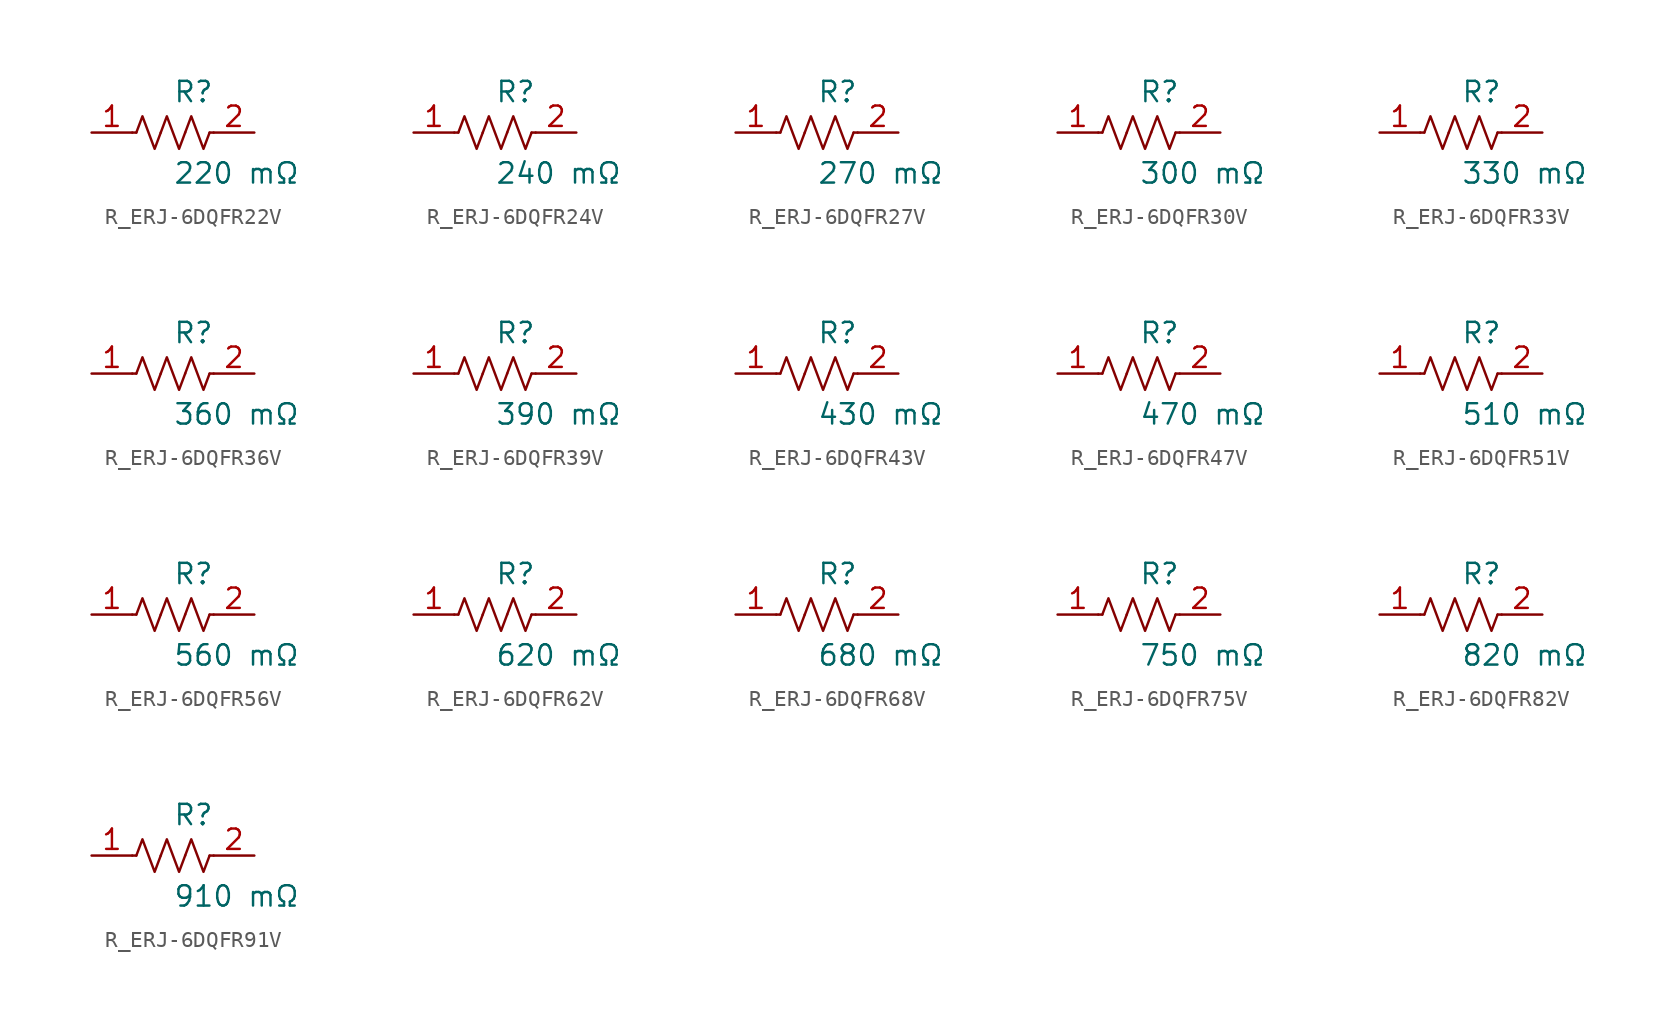
<source format=kicad_sym>
(kicad_symbol_lib
  (version 20231120)
  (generator kicad_symbol_editor)
  (generator_version 8.0)
  (symbol "R_ERJ-6DQFR22V"
    (pin_names
      (offset 0.254))
    (property "Reference" "R"
      (at 0 2.54 0)
      (effects (font (size 1.27 1.27)) (justify left)))
    (property "Value" "220 mΩ"
      (at 0 -2.54 0)
      (effects (font (size 1.27 1.27)) (justify left)))
    (symbol "R_ERJ-6DQFR22V_0_1"
      (polyline (pts (xy 2.286 0) (xy 2.54 0)) (stroke (width 0) (type default)) (fill (type none)))
      (polyline (pts (xy -2.286 0) (xy -2.54 0)) (stroke (width 0) (type default)) (fill (type none)))
      (polyline (pts (xy 0.762 0) (xy 1.143 1.016) (xy 1.524 0) (xy 1.905 -1.016) (xy 2.286 0)) (stroke (width 0) (type default)) (fill (type none)))
      (polyline (pts (xy -0.762 0) (xy -0.381 1.016) (xy 0 0) (xy 0.381 -1.016) (xy 0.762 0)) (stroke (width 0) (type default)) (fill (type none)))
      (polyline (pts (xy -2.286 0) (xy -1.905 1.016) (xy -1.524 0) (xy -1.143 -1.016) (xy -0.762 0)) (stroke (width 0) (type default)) (fill (type none))))
    (pin passive line
      (at -5.08 0 0)
      (length 2.54)
      (name "" (effects (font (size 1.27 1.27))))
      (number "1" (effects (font (size 1.27 1.27)))))
    (pin passive line
      (at 5.08 0 180)
      (length 2.54)
      (name "" (effects (font (size 1.27 1.27))))
      (number "2" (effects (font (size 1.27 1.27))))))
  (symbol "R_ERJ-6DQFR24V"
    (pin_names
      (offset 0.254))
    (property "Reference" "R"
      (at 0 2.54 0)
      (effects (font (size 1.27 1.27)) (justify left)))
    (property "Value" "240 mΩ"
      (at 0 -2.54 0)
      (effects (font (size 1.27 1.27)) (justify left)))
    (symbol "R_ERJ-6DQFR24V_0_1"
      (polyline (pts (xy 2.286 0) (xy 2.54 0)) (stroke (width 0) (type default)) (fill (type none)))
      (polyline (pts (xy -2.286 0) (xy -2.54 0)) (stroke (width 0) (type default)) (fill (type none)))
      (polyline (pts (xy 0.762 0) (xy 1.143 1.016) (xy 1.524 0) (xy 1.905 -1.016) (xy 2.286 0)) (stroke (width 0) (type default)) (fill (type none)))
      (polyline (pts (xy -0.762 0) (xy -0.381 1.016) (xy 0 0) (xy 0.381 -1.016) (xy 0.762 0)) (stroke (width 0) (type default)) (fill (type none)))
      (polyline (pts (xy -2.286 0) (xy -1.905 1.016) (xy -1.524 0) (xy -1.143 -1.016) (xy -0.762 0)) (stroke (width 0) (type default)) (fill (type none))))
    (pin passive line
      (at -5.08 0 0)
      (length 2.54)
      (name "" (effects (font (size 1.27 1.27))))
      (number "1" (effects (font (size 1.27 1.27)))))
    (pin passive line
      (at 5.08 0 180)
      (length 2.54)
      (name "" (effects (font (size 1.27 1.27))))
      (number "2" (effects (font (size 1.27 1.27))))))
  (symbol "R_ERJ-6DQFR27V"
    (pin_names
      (offset 0.254))
    (property "Reference" "R"
      (at 0 2.54 0)
      (effects (font (size 1.27 1.27)) (justify left)))
    (property "Value" "270 mΩ"
      (at 0 -2.54 0)
      (effects (font (size 1.27 1.27)) (justify left)))
    (symbol "R_ERJ-6DQFR27V_0_1"
      (polyline (pts (xy 2.286 0) (xy 2.54 0)) (stroke (width 0) (type default)) (fill (type none)))
      (polyline (pts (xy -2.286 0) (xy -2.54 0)) (stroke (width 0) (type default)) (fill (type none)))
      (polyline (pts (xy 0.762 0) (xy 1.143 1.016) (xy 1.524 0) (xy 1.905 -1.016) (xy 2.286 0)) (stroke (width 0) (type default)) (fill (type none)))
      (polyline (pts (xy -0.762 0) (xy -0.381 1.016) (xy 0 0) (xy 0.381 -1.016) (xy 0.762 0)) (stroke (width 0) (type default)) (fill (type none)))
      (polyline (pts (xy -2.286 0) (xy -1.905 1.016) (xy -1.524 0) (xy -1.143 -1.016) (xy -0.762 0)) (stroke (width 0) (type default)) (fill (type none))))
    (pin passive line
      (at -5.08 0 0)
      (length 2.54)
      (name "" (effects (font (size 1.27 1.27))))
      (number "1" (effects (font (size 1.27 1.27)))))
    (pin passive line
      (at 5.08 0 180)
      (length 2.54)
      (name "" (effects (font (size 1.27 1.27))))
      (number "2" (effects (font (size 1.27 1.27))))))
  (symbol "R_ERJ-6DQFR30V"
    (pin_names
      (offset 0.254))
    (property "Reference" "R"
      (at 0 2.54 0)
      (effects (font (size 1.27 1.27)) (justify left)))
    (property "Value" "300 mΩ"
      (at 0 -2.54 0)
      (effects (font (size 1.27 1.27)) (justify left)))
    (symbol "R_ERJ-6DQFR30V_0_1"
      (polyline (pts (xy 2.286 0) (xy 2.54 0)) (stroke (width 0) (type default)) (fill (type none)))
      (polyline (pts (xy -2.286 0) (xy -2.54 0)) (stroke (width 0) (type default)) (fill (type none)))
      (polyline (pts (xy 0.762 0) (xy 1.143 1.016) (xy 1.524 0) (xy 1.905 -1.016) (xy 2.286 0)) (stroke (width 0) (type default)) (fill (type none)))
      (polyline (pts (xy -0.762 0) (xy -0.381 1.016) (xy 0 0) (xy 0.381 -1.016) (xy 0.762 0)) (stroke (width 0) (type default)) (fill (type none)))
      (polyline (pts (xy -2.286 0) (xy -1.905 1.016) (xy -1.524 0) (xy -1.143 -1.016) (xy -0.762 0)) (stroke (width 0) (type default)) (fill (type none))))
    (pin passive line
      (at -5.08 0 0)
      (length 2.54)
      (name "" (effects (font (size 1.27 1.27))))
      (number "1" (effects (font (size 1.27 1.27)))))
    (pin passive line
      (at 5.08 0 180)
      (length 2.54)
      (name "" (effects (font (size 1.27 1.27))))
      (number "2" (effects (font (size 1.27 1.27))))))
  (symbol "R_ERJ-6DQFR33V"
    (pin_names
      (offset 0.254))
    (property "Reference" "R"
      (at 0 2.54 0)
      (effects (font (size 1.27 1.27)) (justify left)))
    (property "Value" "330 mΩ"
      (at 0 -2.54 0)
      (effects (font (size 1.27 1.27)) (justify left)))
    (symbol "R_ERJ-6DQFR33V_0_1"
      (polyline (pts (xy 2.286 0) (xy 2.54 0)) (stroke (width 0) (type default)) (fill (type none)))
      (polyline (pts (xy -2.286 0) (xy -2.54 0)) (stroke (width 0) (type default)) (fill (type none)))
      (polyline (pts (xy 0.762 0) (xy 1.143 1.016) (xy 1.524 0) (xy 1.905 -1.016) (xy 2.286 0)) (stroke (width 0) (type default)) (fill (type none)))
      (polyline (pts (xy -0.762 0) (xy -0.381 1.016) (xy 0 0) (xy 0.381 -1.016) (xy 0.762 0)) (stroke (width 0) (type default)) (fill (type none)))
      (polyline (pts (xy -2.286 0) (xy -1.905 1.016) (xy -1.524 0) (xy -1.143 -1.016) (xy -0.762 0)) (stroke (width 0) (type default)) (fill (type none))))
    (pin passive line
      (at -5.08 0 0)
      (length 2.54)
      (name "" (effects (font (size 1.27 1.27))))
      (number "1" (effects (font (size 1.27 1.27)))))
    (pin passive line
      (at 5.08 0 180)
      (length 2.54)
      (name "" (effects (font (size 1.27 1.27))))
      (number "2" (effects (font (size 1.27 1.27))))))
  (symbol "R_ERJ-6DQFR36V"
    (pin_names
      (offset 0.254))
    (property "Reference" "R"
      (at 0 2.54 0)
      (effects (font (size 1.27 1.27)) (justify left)))
    (property "Value" "360 mΩ"
      (at 0 -2.54 0)
      (effects (font (size 1.27 1.27)) (justify left)))
    (symbol "R_ERJ-6DQFR36V_0_1"
      (polyline (pts (xy 2.286 0) (xy 2.54 0)) (stroke (width 0) (type default)) (fill (type none)))
      (polyline (pts (xy -2.286 0) (xy -2.54 0)) (stroke (width 0) (type default)) (fill (type none)))
      (polyline (pts (xy 0.762 0) (xy 1.143 1.016) (xy 1.524 0) (xy 1.905 -1.016) (xy 2.286 0)) (stroke (width 0) (type default)) (fill (type none)))
      (polyline (pts (xy -0.762 0) (xy -0.381 1.016) (xy 0 0) (xy 0.381 -1.016) (xy 0.762 0)) (stroke (width 0) (type default)) (fill (type none)))
      (polyline (pts (xy -2.286 0) (xy -1.905 1.016) (xy -1.524 0) (xy -1.143 -1.016) (xy -0.762 0)) (stroke (width 0) (type default)) (fill (type none))))
    (pin passive line
      (at -5.08 0 0)
      (length 2.54)
      (name "" (effects (font (size 1.27 1.27))))
      (number "1" (effects (font (size 1.27 1.27)))))
    (pin passive line
      (at 5.08 0 180)
      (length 2.54)
      (name "" (effects (font (size 1.27 1.27))))
      (number "2" (effects (font (size 1.27 1.27))))))
  (symbol "R_ERJ-6DQFR39V"
    (pin_names
      (offset 0.254))
    (property "Reference" "R"
      (at 0 2.54 0)
      (effects (font (size 1.27 1.27)) (justify left)))
    (property "Value" "390 mΩ"
      (at 0 -2.54 0)
      (effects (font (size 1.27 1.27)) (justify left)))
    (symbol "R_ERJ-6DQFR39V_0_1"
      (polyline (pts (xy 2.286 0) (xy 2.54 0)) (stroke (width 0) (type default)) (fill (type none)))
      (polyline (pts (xy -2.286 0) (xy -2.54 0)) (stroke (width 0) (type default)) (fill (type none)))
      (polyline (pts (xy 0.762 0) (xy 1.143 1.016) (xy 1.524 0) (xy 1.905 -1.016) (xy 2.286 0)) (stroke (width 0) (type default)) (fill (type none)))
      (polyline (pts (xy -0.762 0) (xy -0.381 1.016) (xy 0 0) (xy 0.381 -1.016) (xy 0.762 0)) (stroke (width 0) (type default)) (fill (type none)))
      (polyline (pts (xy -2.286 0) (xy -1.905 1.016) (xy -1.524 0) (xy -1.143 -1.016) (xy -0.762 0)) (stroke (width 0) (type default)) (fill (type none))))
    (pin passive line
      (at -5.08 0 0)
      (length 2.54)
      (name "" (effects (font (size 1.27 1.27))))
      (number "1" (effects (font (size 1.27 1.27)))))
    (pin passive line
      (at 5.08 0 180)
      (length 2.54)
      (name "" (effects (font (size 1.27 1.27))))
      (number "2" (effects (font (size 1.27 1.27))))))
  (symbol "R_ERJ-6DQFR43V"
    (pin_names
      (offset 0.254))
    (property "Reference" "R"
      (at 0 2.54 0)
      (effects (font (size 1.27 1.27)) (justify left)))
    (property "Value" "430 mΩ"
      (at 0 -2.54 0)
      (effects (font (size 1.27 1.27)) (justify left)))
    (symbol "R_ERJ-6DQFR43V_0_1"
      (polyline (pts (xy 2.286 0) (xy 2.54 0)) (stroke (width 0) (type default)) (fill (type none)))
      (polyline (pts (xy -2.286 0) (xy -2.54 0)) (stroke (width 0) (type default)) (fill (type none)))
      (polyline (pts (xy 0.762 0) (xy 1.143 1.016) (xy 1.524 0) (xy 1.905 -1.016) (xy 2.286 0)) (stroke (width 0) (type default)) (fill (type none)))
      (polyline (pts (xy -0.762 0) (xy -0.381 1.016) (xy 0 0) (xy 0.381 -1.016) (xy 0.762 0)) (stroke (width 0) (type default)) (fill (type none)))
      (polyline (pts (xy -2.286 0) (xy -1.905 1.016) (xy -1.524 0) (xy -1.143 -1.016) (xy -0.762 0)) (stroke (width 0) (type default)) (fill (type none))))
    (pin passive line
      (at -5.08 0 0)
      (length 2.54)
      (name "" (effects (font (size 1.27 1.27))))
      (number "1" (effects (font (size 1.27 1.27)))))
    (pin passive line
      (at 5.08 0 180)
      (length 2.54)
      (name "" (effects (font (size 1.27 1.27))))
      (number "2" (effects (font (size 1.27 1.27))))))
  (symbol "R_ERJ-6DQFR47V"
    (pin_names
      (offset 0.254))
    (property "Reference" "R"
      (at 0 2.54 0)
      (effects (font (size 1.27 1.27)) (justify left)))
    (property "Value" "470 mΩ"
      (at 0 -2.54 0)
      (effects (font (size 1.27 1.27)) (justify left)))
    (symbol "R_ERJ-6DQFR47V_0_1"
      (polyline (pts (xy 2.286 0) (xy 2.54 0)) (stroke (width 0) (type default)) (fill (type none)))
      (polyline (pts (xy -2.286 0) (xy -2.54 0)) (stroke (width 0) (type default)) (fill (type none)))
      (polyline (pts (xy 0.762 0) (xy 1.143 1.016) (xy 1.524 0) (xy 1.905 -1.016) (xy 2.286 0)) (stroke (width 0) (type default)) (fill (type none)))
      (polyline (pts (xy -0.762 0) (xy -0.381 1.016) (xy 0 0) (xy 0.381 -1.016) (xy 0.762 0)) (stroke (width 0) (type default)) (fill (type none)))
      (polyline (pts (xy -2.286 0) (xy -1.905 1.016) (xy -1.524 0) (xy -1.143 -1.016) (xy -0.762 0)) (stroke (width 0) (type default)) (fill (type none))))
    (pin passive line
      (at -5.08 0 0)
      (length 2.54)
      (name "" (effects (font (size 1.27 1.27))))
      (number "1" (effects (font (size 1.27 1.27)))))
    (pin passive line
      (at 5.08 0 180)
      (length 2.54)
      (name "" (effects (font (size 1.27 1.27))))
      (number "2" (effects (font (size 1.27 1.27))))))
  (symbol "R_ERJ-6DQFR51V"
    (pin_names
      (offset 0.254))
    (property "Reference" "R"
      (at 0 2.54 0)
      (effects (font (size 1.27 1.27)) (justify left)))
    (property "Value" "510 mΩ"
      (at 0 -2.54 0)
      (effects (font (size 1.27 1.27)) (justify left)))
    (symbol "R_ERJ-6DQFR51V_0_1"
      (polyline (pts (xy 2.286 0) (xy 2.54 0)) (stroke (width 0) (type default)) (fill (type none)))
      (polyline (pts (xy -2.286 0) (xy -2.54 0)) (stroke (width 0) (type default)) (fill (type none)))
      (polyline (pts (xy 0.762 0) (xy 1.143 1.016) (xy 1.524 0) (xy 1.905 -1.016) (xy 2.286 0)) (stroke (width 0) (type default)) (fill (type none)))
      (polyline (pts (xy -0.762 0) (xy -0.381 1.016) (xy 0 0) (xy 0.381 -1.016) (xy 0.762 0)) (stroke (width 0) (type default)) (fill (type none)))
      (polyline (pts (xy -2.286 0) (xy -1.905 1.016) (xy -1.524 0) (xy -1.143 -1.016) (xy -0.762 0)) (stroke (width 0) (type default)) (fill (type none))))
    (pin passive line
      (at -5.08 0 0)
      (length 2.54)
      (name "" (effects (font (size 1.27 1.27))))
      (number "1" (effects (font (size 1.27 1.27)))))
    (pin passive line
      (at 5.08 0 180)
      (length 2.54)
      (name "" (effects (font (size 1.27 1.27))))
      (number "2" (effects (font (size 1.27 1.27))))))
  (symbol "R_ERJ-6DQFR56V"
    (pin_names
      (offset 0.254))
    (property "Reference" "R"
      (at 0 2.54 0)
      (effects (font (size 1.27 1.27)) (justify left)))
    (property "Value" "560 mΩ"
      (at 0 -2.54 0)
      (effects (font (size 1.27 1.27)) (justify left)))
    (symbol "R_ERJ-6DQFR56V_0_1"
      (polyline (pts (xy 2.286 0) (xy 2.54 0)) (stroke (width 0) (type default)) (fill (type none)))
      (polyline (pts (xy -2.286 0) (xy -2.54 0)) (stroke (width 0) (type default)) (fill (type none)))
      (polyline (pts (xy 0.762 0) (xy 1.143 1.016) (xy 1.524 0) (xy 1.905 -1.016) (xy 2.286 0)) (stroke (width 0) (type default)) (fill (type none)))
      (polyline (pts (xy -0.762 0) (xy -0.381 1.016) (xy 0 0) (xy 0.381 -1.016) (xy 0.762 0)) (stroke (width 0) (type default)) (fill (type none)))
      (polyline (pts (xy -2.286 0) (xy -1.905 1.016) (xy -1.524 0) (xy -1.143 -1.016) (xy -0.762 0)) (stroke (width 0) (type default)) (fill (type none))))
    (pin passive line
      (at -5.08 0 0)
      (length 2.54)
      (name "" (effects (font (size 1.27 1.27))))
      (number "1" (effects (font (size 1.27 1.27)))))
    (pin passive line
      (at 5.08 0 180)
      (length 2.54)
      (name "" (effects (font (size 1.27 1.27))))
      (number "2" (effects (font (size 1.27 1.27))))))
  (symbol "R_ERJ-6DQFR62V"
    (pin_names
      (offset 0.254))
    (property "Reference" "R"
      (at 0 2.54 0)
      (effects (font (size 1.27 1.27)) (justify left)))
    (property "Value" "620 mΩ"
      (at 0 -2.54 0)
      (effects (font (size 1.27 1.27)) (justify left)))
    (symbol "R_ERJ-6DQFR62V_0_1"
      (polyline (pts (xy 2.286 0) (xy 2.54 0)) (stroke (width 0) (type default)) (fill (type none)))
      (polyline (pts (xy -2.286 0) (xy -2.54 0)) (stroke (width 0) (type default)) (fill (type none)))
      (polyline (pts (xy 0.762 0) (xy 1.143 1.016) (xy 1.524 0) (xy 1.905 -1.016) (xy 2.286 0)) (stroke (width 0) (type default)) (fill (type none)))
      (polyline (pts (xy -0.762 0) (xy -0.381 1.016) (xy 0 0) (xy 0.381 -1.016) (xy 0.762 0)) (stroke (width 0) (type default)) (fill (type none)))
      (polyline (pts (xy -2.286 0) (xy -1.905 1.016) (xy -1.524 0) (xy -1.143 -1.016) (xy -0.762 0)) (stroke (width 0) (type default)) (fill (type none))))
    (pin passive line
      (at -5.08 0 0)
      (length 2.54)
      (name "" (effects (font (size 1.27 1.27))))
      (number "1" (effects (font (size 1.27 1.27)))))
    (pin passive line
      (at 5.08 0 180)
      (length 2.54)
      (name "" (effects (font (size 1.27 1.27))))
      (number "2" (effects (font (size 1.27 1.27))))))
  (symbol "R_ERJ-6DQFR68V"
    (pin_names
      (offset 0.254))
    (property "Reference" "R"
      (at 0 2.54 0)
      (effects (font (size 1.27 1.27)) (justify left)))
    (property "Value" "680 mΩ"
      (at 0 -2.54 0)
      (effects (font (size 1.27 1.27)) (justify left)))
    (symbol "R_ERJ-6DQFR68V_0_1"
      (polyline (pts (xy 2.286 0) (xy 2.54 0)) (stroke (width 0) (type default)) (fill (type none)))
      (polyline (pts (xy -2.286 0) (xy -2.54 0)) (stroke (width 0) (type default)) (fill (type none)))
      (polyline (pts (xy 0.762 0) (xy 1.143 1.016) (xy 1.524 0) (xy 1.905 -1.016) (xy 2.286 0)) (stroke (width 0) (type default)) (fill (type none)))
      (polyline (pts (xy -0.762 0) (xy -0.381 1.016) (xy 0 0) (xy 0.381 -1.016) (xy 0.762 0)) (stroke (width 0) (type default)) (fill (type none)))
      (polyline (pts (xy -2.286 0) (xy -1.905 1.016) (xy -1.524 0) (xy -1.143 -1.016) (xy -0.762 0)) (stroke (width 0) (type default)) (fill (type none))))
    (pin passive line
      (at -5.08 0 0)
      (length 2.54)
      (name "" (effects (font (size 1.27 1.27))))
      (number "1" (effects (font (size 1.27 1.27)))))
    (pin passive line
      (at 5.08 0 180)
      (length 2.54)
      (name "" (effects (font (size 1.27 1.27))))
      (number "2" (effects (font (size 1.27 1.27))))))
  (symbol "R_ERJ-6DQFR75V"
    (pin_names
      (offset 0.254))
    (property "Reference" "R"
      (at 0 2.54 0)
      (effects (font (size 1.27 1.27)) (justify left)))
    (property "Value" "750 mΩ"
      (at 0 -2.54 0)
      (effects (font (size 1.27 1.27)) (justify left)))
    (symbol "R_ERJ-6DQFR75V_0_1"
      (polyline (pts (xy 2.286 0) (xy 2.54 0)) (stroke (width 0) (type default)) (fill (type none)))
      (polyline (pts (xy -2.286 0) (xy -2.54 0)) (stroke (width 0) (type default)) (fill (type none)))
      (polyline (pts (xy 0.762 0) (xy 1.143 1.016) (xy 1.524 0) (xy 1.905 -1.016) (xy 2.286 0)) (stroke (width 0) (type default)) (fill (type none)))
      (polyline (pts (xy -0.762 0) (xy -0.381 1.016) (xy 0 0) (xy 0.381 -1.016) (xy 0.762 0)) (stroke (width 0) (type default)) (fill (type none)))
      (polyline (pts (xy -2.286 0) (xy -1.905 1.016) (xy -1.524 0) (xy -1.143 -1.016) (xy -0.762 0)) (stroke (width 0) (type default)) (fill (type none))))
    (pin passive line
      (at -5.08 0 0)
      (length 2.54)
      (name "" (effects (font (size 1.27 1.27))))
      (number "1" (effects (font (size 1.27 1.27)))))
    (pin passive line
      (at 5.08 0 180)
      (length 2.54)
      (name "" (effects (font (size 1.27 1.27))))
      (number "2" (effects (font (size 1.27 1.27))))))
  (symbol "R_ERJ-6DQFR82V"
    (pin_names
      (offset 0.254))
    (property "Reference" "R"
      (at 0 2.54 0)
      (effects (font (size 1.27 1.27)) (justify left)))
    (property "Value" "820 mΩ"
      (at 0 -2.54 0)
      (effects (font (size 1.27 1.27)) (justify left)))
    (symbol "R_ERJ-6DQFR82V_0_1"
      (polyline (pts (xy 2.286 0) (xy 2.54 0)) (stroke (width 0) (type default)) (fill (type none)))
      (polyline (pts (xy -2.286 0) (xy -2.54 0)) (stroke (width 0) (type default)) (fill (type none)))
      (polyline (pts (xy 0.762 0) (xy 1.143 1.016) (xy 1.524 0) (xy 1.905 -1.016) (xy 2.286 0)) (stroke (width 0) (type default)) (fill (type none)))
      (polyline (pts (xy -0.762 0) (xy -0.381 1.016) (xy 0 0) (xy 0.381 -1.016) (xy 0.762 0)) (stroke (width 0) (type default)) (fill (type none)))
      (polyline (pts (xy -2.286 0) (xy -1.905 1.016) (xy -1.524 0) (xy -1.143 -1.016) (xy -0.762 0)) (stroke (width 0) (type default)) (fill (type none))))
    (pin passive line
      (at -5.08 0 0)
      (length 2.54)
      (name "" (effects (font (size 1.27 1.27))))
      (number "1" (effects (font (size 1.27 1.27)))))
    (pin passive line
      (at 5.08 0 180)
      (length 2.54)
      (name "" (effects (font (size 1.27 1.27))))
      (number "2" (effects (font (size 1.27 1.27))))))
  (symbol "R_ERJ-6DQFR91V"
    (pin_names
      (offset 0.254))
    (property "Reference" "R"
      (at 0 2.54 0)
      (effects (font (size 1.27 1.27)) (justify left)))
    (property "Value" "910 mΩ"
      (at 0 -2.54 0)
      (effects (font (size 1.27 1.27)) (justify left)))
    (symbol "R_ERJ-6DQFR91V_0_1"
      (polyline (pts (xy 2.286 0) (xy 2.54 0)) (stroke (width 0) (type default)) (fill (type none)))
      (polyline (pts (xy -2.286 0) (xy -2.54 0)) (stroke (width 0) (type default)) (fill (type none)))
      (polyline (pts (xy 0.762 0) (xy 1.143 1.016) (xy 1.524 0) (xy 1.905 -1.016) (xy 2.286 0)) (stroke (width 0) (type default)) (fill (type none)))
      (polyline (pts (xy -0.762 0) (xy -0.381 1.016) (xy 0 0) (xy 0.381 -1.016) (xy 0.762 0)) (stroke (width 0) (type default)) (fill (type none)))
      (polyline (pts (xy -2.286 0) (xy -1.905 1.016) (xy -1.524 0) (xy -1.143 -1.016) (xy -0.762 0)) (stroke (width 0) (type default)) (fill (type none))))
    (pin passive line
      (at -5.08 0 0)
      (length 2.54)
      (name "" (effects (font (size 1.27 1.27))))
      (number "1" (effects (font (size 1.27 1.27)))))
    (pin passive line
      (at 5.08 0 180)
      (length 2.54)
      (name "" (effects (font (size 1.27 1.27))))
      (number "2" (effects (font (size 1.27 1.27)))))))
</source>
